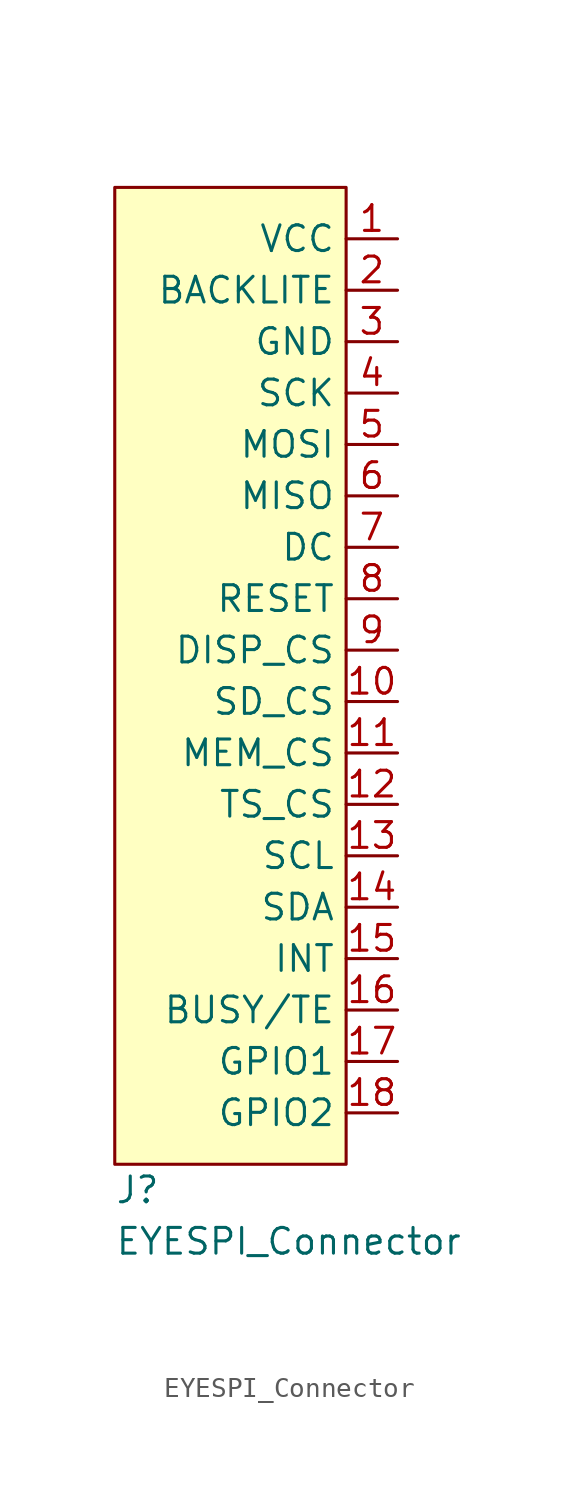
<source format=kicad_sym>
(kicad_symbol_lib
  (version 20241209)
  (generator "kicad_symbol_editor")
  (generator_version "9.0")
  (symbol "EYESPI_Connector"
    (property "Reference" "J"
      (at -11.43 -30.48 0)
      (effects (font (size 1.27 1.27)) (justify left)))
    (property "Value" "EYESPI_Connector"
      (at -11.43 -33.02 0)
      (effects (font (size 1.27 1.27)) (justify left)))
    (symbol "EYESPI_Connector_1_1"
      (rectangle (start -11.43 19.05) (end 0 -29.21) (stroke (width 0) (type solid)) (fill (type color) (color 255 255 194 1)))
      (pin power_in line (at 2.54 16.51 180) (length 2.54) (name "VCC" (effects (font (size 1.27 1.27)))) (number "1" (effects (font (size 1.27 1.27)))))
      (pin input line (at 2.54 13.97 180) (length 2.54) (name "BACKLITE" (effects (font (size 1.27 1.27)))) (number "2" (effects (font (size 1.27 1.27)))))
      (pin power_in line (at 2.54 11.43 180) (length 2.54) (name "GND" (effects (font (size 1.27 1.27)))) (number "3" (effects (font (size 1.27 1.27)))))
      (pin input line (at 2.54 8.89 180) (length 2.54) (name "SCK" (effects (font (size 1.27 1.27)))) (number "4" (effects (font (size 1.27 1.27)))))
      (pin input line (at 2.54 6.35 180) (length 2.54) (name "MOSI" (effects (font (size 1.27 1.27)))) (number "5" (effects (font (size 1.27 1.27)))))
      (pin output line (at 2.54 3.81 180) (length 2.54) (name "MISO" (effects (font (size 1.27 1.27)))) (number "6" (effects (font (size 1.27 1.27)))))
      (pin input line (at 2.54 1.27 180) (length 2.54) (name "DC" (effects (font (size 1.27 1.27)))) (number "7" (effects (font (size 1.27 1.27)))))
      (pin input line (at 2.54 -1.27 180) (length 2.54) (name "RESET" (effects (font (size 1.27 1.27)))) (number "8" (effects (font (size 1.27 1.27)))))
      (pin input line (at 2.54 -3.81 180) (length 2.54) (name "DISP_CS" (effects (font (size 1.27 1.27)))) (number "9" (effects (font (size 1.27 1.27)))))
      (pin input line (at 2.54 -6.35 180) (length 2.54) (name "SD_CS" (effects (font (size 1.27 1.27)))) (number "10" (effects (font (size 1.27 1.27)))))
      (pin input line (at 2.54 -8.89 180) (length 2.54) (name "MEM_CS" (effects (font (size 1.27 1.27)))) (number "11" (effects (font (size 1.27 1.27)))))
      (pin input line (at 2.54 -11.43 180) (length 2.54) (name "TS_CS" (effects (font (size 1.27 1.27)))) (number "12" (effects (font (size 1.27 1.27)))))
      (pin input line (at 2.54 -13.97 180) (length 2.54) (name "SCL" (effects (font (size 1.27 1.27)))) (number "13" (effects (font (size 1.27 1.27)))))
      (pin bidirectional line (at 2.54 -16.51 180) (length 2.54) (name "SDA" (effects (font (size 1.27 1.27)))) (number "14" (effects (font (size 1.27 1.27)))))
      (pin output line (at 2.54 -19.05 180) (length 2.54) (name "INT" (effects (font (size 1.27 1.27)))) (number "15" (effects (font (size 1.27 1.27)))))
      (pin output line (at 2.54 -21.59 180) (length 2.54) (name "BUSY/TE" (effects (font (size 1.27 1.27)))) (number "16" (effects (font (size 1.27 1.27)))))
      (pin passive line (at 2.54 -24.13 180) (length 2.54) (name "GPIO1" (effects (font (size 1.27 1.27)))) (number "17" (effects (font (size 1.27 1.27)))))
      (pin passive line (at 2.54 -26.67 180) (length 2.54) (name "GPIO2" (effects (font (size 1.27 1.27)))) (number "18" (effects (font (size 1.27 1.27))))))))
</source>
